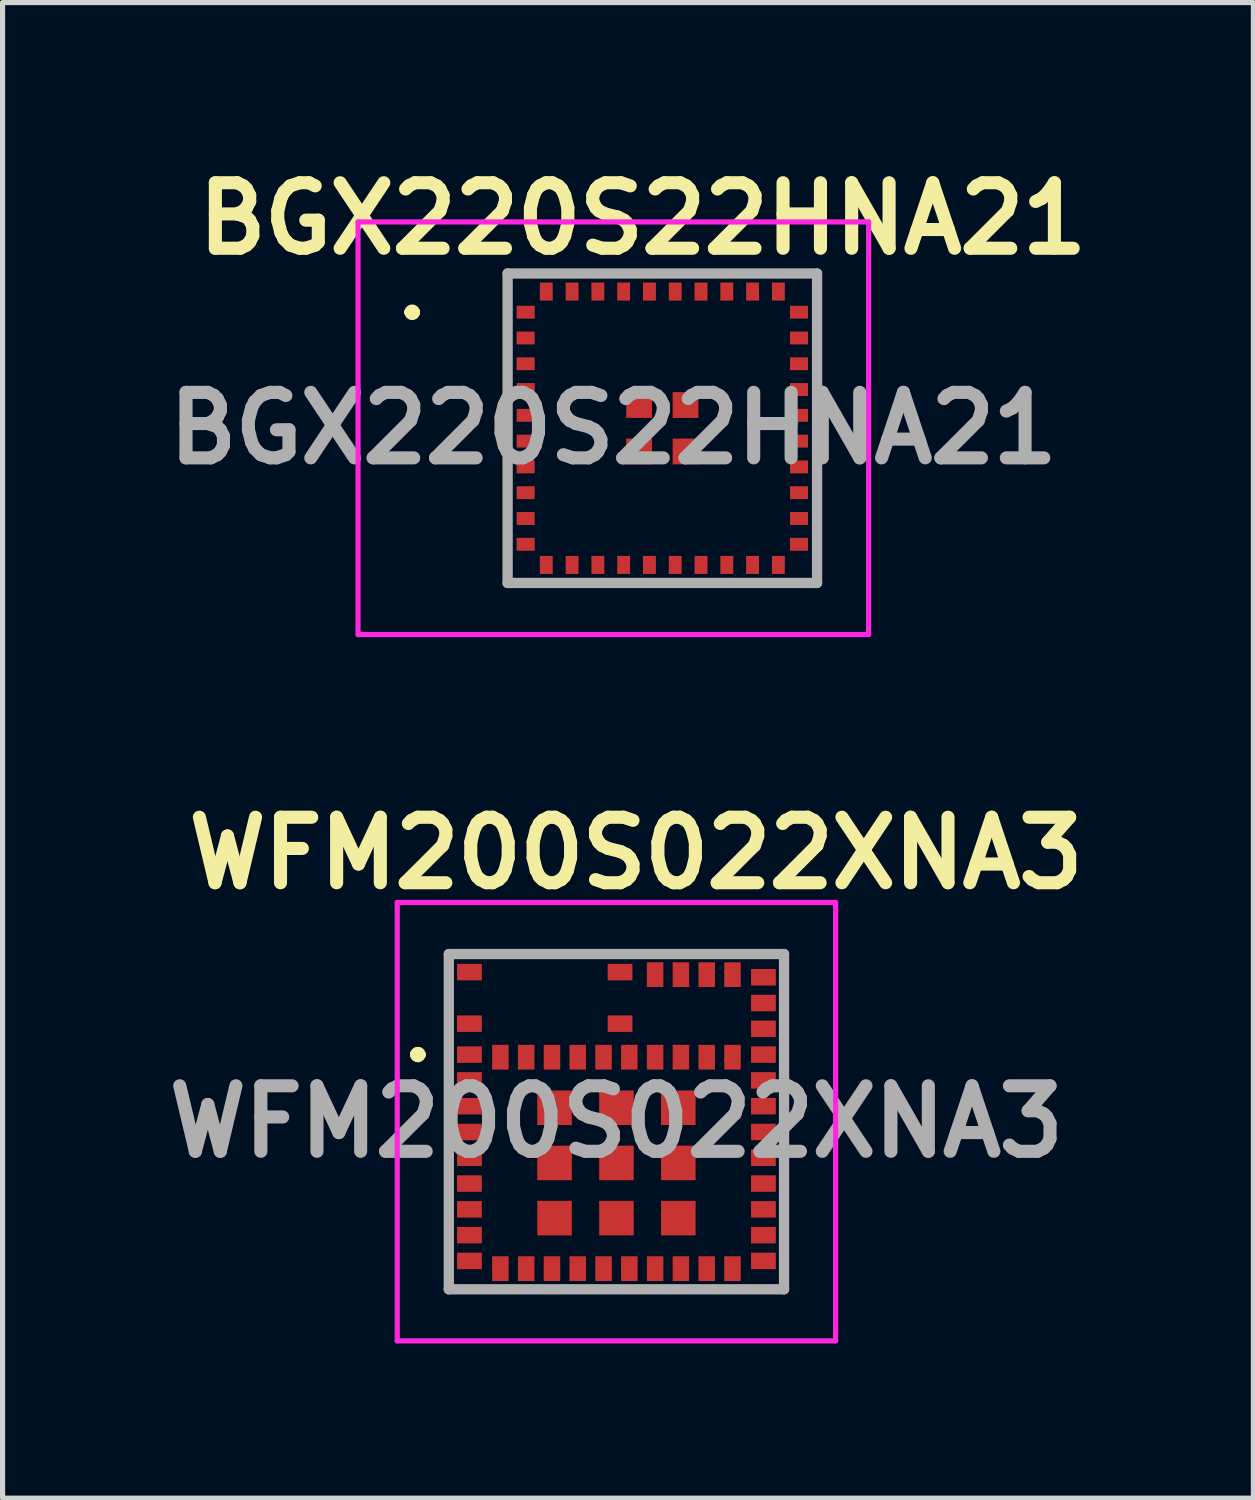
<source format=kicad_pcb>
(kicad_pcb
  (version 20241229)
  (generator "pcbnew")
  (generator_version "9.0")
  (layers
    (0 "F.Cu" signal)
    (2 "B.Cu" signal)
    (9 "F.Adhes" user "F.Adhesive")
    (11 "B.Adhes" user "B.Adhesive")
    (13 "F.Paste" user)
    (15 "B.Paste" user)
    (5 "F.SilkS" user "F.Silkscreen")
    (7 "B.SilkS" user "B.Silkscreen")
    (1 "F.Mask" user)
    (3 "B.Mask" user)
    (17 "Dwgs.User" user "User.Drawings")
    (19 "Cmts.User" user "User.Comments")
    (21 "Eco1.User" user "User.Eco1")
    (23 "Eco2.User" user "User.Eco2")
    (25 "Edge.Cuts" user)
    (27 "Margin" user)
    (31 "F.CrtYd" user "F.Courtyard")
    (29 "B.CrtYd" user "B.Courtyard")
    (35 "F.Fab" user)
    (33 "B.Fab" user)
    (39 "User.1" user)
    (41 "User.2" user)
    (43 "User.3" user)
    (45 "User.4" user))
  (footprint "BGX220S22HNA21"
    (layer "F.Cu")
    (at 9.792 5.253)
    (property "Reference" "BGX220S22HNA21" (at -0.381 -4.064 0) (layer "F.SilkS") (effects (font (size 1.27 1.27) (thickness 0.254))))
    (attr smd)
    (fp_line (start -4.9 -2.25) (end -4.9 -2.25) (stroke (width 0.2) (type solid)) (layer "F.SilkS"))
    (fp_line (start -4.9 -2.25) (end -4.9 -2.25) (stroke (width 0.2) (type solid)) (layer "F.SilkS"))
    (fp_line (start -4.8 -2.25) (end -4.8 -2.25) (stroke (width 0.2) (type solid)) (layer "F.SilkS"))
    (fp_arc (start -4.9 -2.25) (mid -4.85 -2.3) (end -4.8 -2.25) (stroke (width 0.2) (type solid)) (layer "F.SilkS"))
    (fp_arc (start -4.8 -2.25) (mid -4.85 -2.2) (end -4.9 -2.25) (stroke (width 0.2) (type solid)) (layer "F.SilkS"))
    (fp_arc (start -4.8 -2.25) (mid -4.85 -2.2) (end -4.9 -2.25) (stroke (width 0.2) (type solid)) (layer "F.SilkS"))
    (fp_line (start -5.9 -4) (end 4 -4) (stroke (width 0.1) (type solid)) (layer "F.CrtYd"))
    (fp_line (start -5.9 4) (end -5.9 -4) (stroke (width 0.1) (type solid)) (layer "F.CrtYd"))
    (fp_line (start 4 -4) (end 4 4) (stroke (width 0.1) (type solid)) (layer "F.CrtYd"))
    (fp_line (start 4 4) (end -5.9 4) (stroke (width 0.1) (type solid)) (layer "F.CrtYd"))
    (fp_line (start -3 -3) (end -3 3) (stroke (width 0.2) (type solid)) (layer "F.Fab"))
    (fp_line (start -3 3) (end 3 3) (stroke (width 0.2) (type solid)) (layer "F.Fab"))
    (fp_line (start 3 -3) (end -3 -3) (stroke (width 0.2) (type solid)) (layer "F.Fab"))
    (fp_line (start 3 3) (end 3 -3) (stroke (width 0.2) (type solid)) (layer "F.Fab"))
    (fp_text user "${REFERENCE}" (at -0.95 0 0) (layer "F.Fab") (effects (font (size 1.27 1.27) (thickness 0.254))))
    (pad "1" smd rect (at -2.65 -2.25 90) (size 0.25 0.35) (layers "F.Cu" "F.Mask" "F.Paste"))
    (pad "2" smd rect (at -2.65 -1.75 90) (size 0.25 0.35) (layers "F.Cu" "F.Mask" "F.Paste"))
    (pad "3" smd rect (at -2.65 -1.25 90) (size 0.25 0.35) (layers "F.Cu" "F.Mask" "F.Paste"))
    (pad "4" smd rect (at -2.65 -0.75 90) (size 0.25 0.35) (layers "F.Cu" "F.Mask" "F.Paste"))
    (pad "5" smd rect (at -2.65 -0.25 90) (size 0.25 0.35) (layers "F.Cu" "F.Mask" "F.Paste"))
    (pad "6" smd rect (at -2.65 0.25 90) (size 0.25 0.35) (layers "F.Cu" "F.Mask" "F.Paste"))
    (pad "7" smd rect (at -2.65 0.75 90) (size 0.25 0.35) (layers "F.Cu" "F.Mask" "F.Paste"))
    (pad "8" smd rect (at -2.65 1.25 90) (size 0.25 0.35) (layers "F.Cu" "F.Mask" "F.Paste"))
    (pad "9" smd rect (at -2.65 1.75 90) (size 0.25 0.35) (layers "F.Cu" "F.Mask" "F.Paste"))
    (pad "10" smd rect (at -2.65 2.25 90) (size 0.25 0.35) (layers "F.Cu" "F.Mask" "F.Paste"))
    (pad "11" smd rect (at -2.25 2.65) (size 0.25 0.35) (layers "F.Cu" "F.Mask" "F.Paste"))
    (pad "12" smd rect (at -1.75 2.65) (size 0.25 0.35) (layers "F.Cu" "F.Mask" "F.Paste"))
    (pad "13" smd rect (at -1.25 2.65) (size 0.25 0.35) (layers "F.Cu" "F.Mask" "F.Paste"))
    (pad "14" smd rect (at -0.75 2.65) (size 0.25 0.35) (layers "F.Cu" "F.Mask" "F.Paste"))
    (pad "15" smd rect (at -0.25 2.65) (size 0.25 0.35) (layers "F.Cu" "F.Mask" "F.Paste"))
    (pad "16" smd rect (at 0.25 2.65) (size 0.25 0.35) (layers "F.Cu" "F.Mask" "F.Paste"))
    (pad "17" smd rect (at 0.75 2.65) (size 0.25 0.35) (layers "F.Cu" "F.Mask" "F.Paste"))
    (pad "18" smd rect (at 1.25 2.65) (size 0.25 0.35) (layers "F.Cu" "F.Mask" "F.Paste"))
    (pad "19" smd rect (at 1.75 2.65) (size 0.25 0.35) (layers "F.Cu" "F.Mask" "F.Paste"))
    (pad "20" smd rect (at 2.25 2.65) (size 0.25 0.35) (layers "F.Cu" "F.Mask" "F.Paste"))
    (pad "21" smd rect (at 2.65 2.25 90) (size 0.25 0.35) (layers "F.Cu" "F.Mask" "F.Paste"))
    (pad "22" smd rect (at 2.65 1.75 90) (size 0.25 0.35) (layers "F.Cu" "F.Mask" "F.Paste"))
    (pad "23" smd rect (at 2.65 1.25 90) (size 0.25 0.35) (layers "F.Cu" "F.Mask" "F.Paste"))
    (pad "24" smd rect (at 2.65 0.75 90) (size 0.25 0.35) (layers "F.Cu" "F.Mask" "F.Paste"))
    (pad "25" smd rect (at 2.65 0.25 90) (size 0.25 0.35) (layers "F.Cu" "F.Mask" "F.Paste"))
    (pad "26" smd rect (at 2.65 -0.25 90) (size 0.25 0.35) (layers "F.Cu" "F.Mask" "F.Paste"))
    (pad "27" smd rect (at 2.65 -0.75 90) (size 0.25 0.35) (layers "F.Cu" "F.Mask" "F.Paste"))
    (pad "28" smd rect (at 2.65 -1.25 90) (size 0.25 0.35) (layers "F.Cu" "F.Mask" "F.Paste"))
    (pad "29" smd rect (at 2.65 -1.75 90) (size 0.25 0.35) (layers "F.Cu" "F.Mask" "F.Paste"))
    (pad "30" smd rect (at 2.65 -2.25 90) (size 0.25 0.35) (layers "F.Cu" "F.Mask" "F.Paste"))
    (pad "31" smd rect (at 2.25 -2.65) (size 0.25 0.35) (layers "F.Cu" "F.Mask" "F.Paste"))
    (pad "32" smd rect (at 1.75 -2.65) (size 0.25 0.35) (layers "F.Cu" "F.Mask" "F.Paste"))
    (pad "33" smd rect (at 1.25 -2.65) (size 0.25 0.35) (layers "F.Cu" "F.Mask" "F.Paste"))
    (pad "34" smd rect (at 0.75 -2.65) (size 0.25 0.35) (layers "F.Cu" "F.Mask" "F.Paste"))
    (pad "35" smd rect (at 0.25 -2.65) (size 0.25 0.35) (layers "F.Cu" "F.Mask" "F.Paste"))
    (pad "36" smd rect (at -0.25 -2.65) (size 0.25 0.35) (layers "F.Cu" "F.Mask" "F.Paste"))
    (pad "37" smd rect (at -0.75 -2.65) (size 0.25 0.35) (layers "F.Cu" "F.Mask" "F.Paste"))
    (pad "38" smd rect (at -1.25 -2.65) (size 0.25 0.35) (layers "F.Cu" "F.Mask" "F.Paste"))
    (pad "39" smd rect (at -1.75 -2.65) (size 0.25 0.35) (layers "F.Cu" "F.Mask" "F.Paste"))
    (pad "40" smd rect (at -2.25 -2.65) (size 0.25 0.35) (layers "F.Cu" "F.Mask" "F.Paste"))
    (pad "41" smd rect (at -0.45 -0.45) (size 0.5 0.5) (layers "F.Cu" "F.Mask" "F.Paste"))
    (pad "42" smd rect (at -0.45 0.45) (size 0.5 0.5) (layers "F.Cu" "F.Mask" "F.Paste"))
    (pad "43" smd rect (at 0.45 0.45) (size 0.5 0.5) (layers "F.Cu" "F.Mask" "F.Paste"))
    (pad "44" smd rect (at 0.45 -0.45) (size 0.5 0.5) (layers "F.Cu" "F.Mask" "F.Paste")))
  (footprint "WFM200S022XNA3"
    (layer "F.Cu")
    (at 8.902 18.698)
    (property "Reference" "WFM200S022XNA3" (at 0.381 -5.207 0) (layer "F.SilkS") (effects (font (size 1.27 1.27) (thickness 0.254))))
    (attr smd)
    (fp_line (start -3.9 -1.3) (end -3.9 -1.3) (stroke (width 0.2) (type solid)) (layer "F.SilkS"))
    (fp_line (start -3.8 -1.3) (end -3.8 -1.3) (stroke (width 0.2) (type solid)) (layer "F.SilkS"))
    (fp_line (start -3.8 -1.3) (end -3.8 -1.3) (stroke (width 0.2) (type solid)) (layer "F.SilkS"))
    (fp_line (start -2 -3.25) (end -2 -3.25) (stroke (width 0.1) (type solid)) (layer "F.SilkS"))
    (fp_line (start -2 -3.25) (end -0.75 -3.25) (stroke (width 0.1) (type solid)) (layer "F.SilkS"))
    (fp_line (start -0.75 -3.25) (end -2 -3.25) (stroke (width 0.1) (type solid)) (layer "F.SilkS"))
    (fp_line (start -0.75 -3.25) (end -0.75 -3.25) (stroke (width 0.1) (type solid)) (layer "F.SilkS"))
    (fp_arc (start -3.9 -1.3) (mid -3.85 -1.35) (end -3.8 -1.3) (stroke (width 0.2) (type solid)) (layer "F.SilkS"))
    (fp_arc (start -3.9 -1.3) (mid -3.85 -1.35) (end -3.8 -1.3) (stroke (width 0.2) (type solid)) (layer "F.SilkS"))
    (fp_arc (start -3.8 -1.3) (mid -3.85 -1.25) (end -3.9 -1.3) (stroke (width 0.2) (type solid)) (layer "F.SilkS"))
    (fp_line (start -4.25 -4.25) (end -4.25 4.25) (stroke (width 0.1) (type solid)) (layer "F.CrtYd"))
    (fp_line (start -4.25 4.25) (end 4.25 4.25) (stroke (width 0.1) (type solid)) (layer "F.CrtYd"))
    (fp_line (start 4.25 -4.25) (end -4.25 -4.25) (stroke (width 0.1) (type solid)) (layer "F.CrtYd"))
    (fp_line (start 4.25 4.25) (end 4.25 -4.25) (stroke (width 0.1) (type solid)) (layer "F.CrtYd"))
    (fp_line (start -3.25 -3.25) (end 3.25 -3.25) (stroke (width 0.2) (type solid)) (layer "F.Fab"))
    (fp_line (start -3.25 3.25) (end -3.25 -3.25) (stroke (width 0.2) (type solid)) (layer "F.Fab"))
    (fp_line (start 3.25 -3.25) (end 3.25 3.25) (stroke (width 0.2) (type solid)) (layer "F.Fab"))
    (fp_line (start 3.25 3.25) (end -3.25 3.25) (stroke (width 0.2) (type solid)) (layer "F.Fab"))
    (fp_text user "${REFERENCE}" (at 0 0 0) (layer "F.Fab") (effects (font (size 1.27 1.27) (thickness 0.254))))
    (pad "1" smd rect (at -2.85 -1.3 90) (size 0.32 0.48) (layers "F.Cu" "F.Mask" "F.Paste"))
    (pad "2" smd rect (at -2.85 -0.8 90) (size 0.32 0.48) (layers "F.Cu" "F.Mask" "F.Paste"))
    (pad "3" smd rect (at -2.85 -0.3 90) (size 0.32 0.48) (layers "F.Cu" "F.Mask" "F.Paste"))
    (pad "4" smd rect (at -2.85 0.2 90) (size 0.32 0.48) (layers "F.Cu" "F.Mask" "F.Paste"))
    (pad "5" smd rect (at -2.85 0.7 90) (size 0.32 0.48) (layers "F.Cu" "F.Mask" "F.Paste"))
    (pad "6" smd rect (at -2.85 1.2 90) (size 0.32 0.48) (layers "F.Cu" "F.Mask" "F.Paste"))
    (pad "7" smd rect (at -2.85 1.7 90) (size 0.32 0.48) (layers "F.Cu" "F.Mask" "F.Paste"))
    (pad "8" smd rect (at -2.85 2.2 90) (size 0.32 0.48) (layers "F.Cu" "F.Mask" "F.Paste"))
    (pad "9" smd rect (at -2.85 2.7 90) (size 0.32 0.48) (layers "F.Cu" "F.Mask" "F.Paste"))
    (pad "10" smd rect (at -2.25 2.85) (size 0.32 0.48) (layers "F.Cu" "F.Mask" "F.Paste"))
    (pad "11" smd rect (at -1.75 2.85) (size 0.32 0.48) (layers "F.Cu" "F.Mask" "F.Paste"))
    (pad "12" smd rect (at -1.25 2.85) (size 0.32 0.48) (layers "F.Cu" "F.Mask" "F.Paste"))
    (pad "13" smd rect (at -0.75 2.85) (size 0.32 0.48) (layers "F.Cu" "F.Mask" "F.Paste"))
    (pad "14" smd rect (at -0.25 2.85) (size 0.32 0.48) (layers "F.Cu" "F.Mask" "F.Paste"))
    (pad "15" smd rect (at 0.25 2.85) (size 0.32 0.48) (layers "F.Cu" "F.Mask" "F.Paste"))
    (pad "16" smd rect (at 0.75 2.85) (size 0.32 0.48) (layers "F.Cu" "F.Mask" "F.Paste"))
    (pad "17" smd rect (at 1.25 2.85) (size 0.32 0.48) (layers "F.Cu" "F.Mask" "F.Paste"))
    (pad "18" smd rect (at 1.75 2.85) (size 0.32 0.48) (layers "F.Cu" "F.Mask" "F.Paste"))
    (pad "19" smd rect (at 2.25 2.85) (size 0.32 0.48) (layers "F.Cu" "F.Mask" "F.Paste"))
    (pad "20" smd rect (at 2.85 2.7 90) (size 0.32 0.48) (layers "F.Cu" "F.Mask" "F.Paste"))
    (pad "21" smd rect (at 2.85 2.2 90) (size 0.32 0.48) (layers "F.Cu" "F.Mask" "F.Paste"))
    (pad "22" smd rect (at 2.85 1.7 90) (size 0.32 0.48) (layers "F.Cu" "F.Mask" "F.Paste"))
    (pad "23" smd rect (at 2.85 1.2 90) (size 0.32 0.48) (layers "F.Cu" "F.Mask" "F.Paste"))
    (pad "24" smd rect (at 2.85 0.7 90) (size 0.32 0.48) (layers "F.Cu" "F.Mask" "F.Paste"))
    (pad "25" smd rect (at 2.85 0.2 90) (size 0.32 0.48) (layers "F.Cu" "F.Mask" "F.Paste"))
    (pad "26" smd rect (at 2.85 -0.3 90) (size 0.32 0.48) (layers "F.Cu" "F.Mask" "F.Paste"))
    (pad "27" smd rect (at 2.85 -0.8 90) (size 0.32 0.48) (layers "F.Cu" "F.Mask" "F.Paste"))
    (pad "28" smd rect (at 2.85 -1.3 90) (size 0.32 0.48) (layers "F.Cu" "F.Mask" "F.Paste"))
    (pad "29" smd rect (at 2.85 -1.8 90) (size 0.32 0.48) (layers "F.Cu" "F.Mask" "F.Paste"))
    (pad "30" smd rect (at 2.85 -2.3 90) (size 0.32 0.48) (layers "F.Cu" "F.Mask" "F.Paste"))
    (pad "31" smd rect (at 2.85 -2.8 90) (size 0.32 0.48) (layers "F.Cu" "F.Mask" "F.Paste"))
    (pad "32" smd rect (at 2.25 -2.85) (size 0.32 0.48) (layers "F.Cu" "F.Mask" "F.Paste"))
    (pad "33" smd rect (at 1.75 -2.85) (size 0.32 0.48) (layers "F.Cu" "F.Mask" "F.Paste"))
    (pad "34" smd rect (at 1.25 -2.85) (size 0.32 0.48) (layers "F.Cu" "F.Mask" "F.Paste"))
    (pad "35" smd rect (at 0.75 -2.85) (size 0.32 0.48) (layers "F.Cu" "F.Mask" "F.Paste"))
    (pad "36" smd rect (at 2.25 -1.25) (size 0.32 0.48) (layers "F.Cu" "F.Mask" "F.Paste"))
    (pad "37" smd rect (at 1.75 -1.25) (size 0.32 0.48) (layers "F.Cu" "F.Mask" "F.Paste"))
    (pad "38" smd rect (at 1.25 -1.25) (size 0.32 0.48) (layers "F.Cu" "F.Mask" "F.Paste"))
    (pad "39" smd rect (at 0.75 -1.25) (size 0.32 0.48) (layers "F.Cu" "F.Mask" "F.Paste"))
    (pad "40" smd rect (at 0.25 -1.25) (size 0.32 0.48) (layers "F.Cu" "F.Mask" "F.Paste"))
    (pad "41" smd rect (at -0.25 -1.25) (size 0.32 0.48) (layers "F.Cu" "F.Mask" "F.Paste"))
    (pad "42" smd rect (at -0.75 -1.25) (size 0.32 0.48) (layers "F.Cu" "F.Mask" "F.Paste"))
    (pad "43" smd rect (at -1.25 -1.25) (size 0.32 0.48) (layers "F.Cu" "F.Mask" "F.Paste"))
    (pad "44" smd rect (at -1.75 -1.25) (size 0.32 0.48) (layers "F.Cu" "F.Mask" "F.Paste"))
    (pad "45" smd rect (at -2.25 -1.25) (size 0.32 0.48) (layers "F.Cu" "F.Mask" "F.Paste"))
    (pad "46" smd rect (at 0.07 -2.9 90) (size 0.32 0.48) (layers "F.Cu" "F.Mask" "F.Paste"))
    (pad "47" smd rect (at -2.85 -2.9 90) (size 0.32 0.48) (layers "F.Cu" "F.Mask" "F.Paste"))
    (pad "48" smd rect (at 0.07 -1.9 90) (size 0.32 0.48) (layers "F.Cu" "F.Mask" "F.Paste"))
    (pad "49" smd rect (at -2.85 -1.9 90) (size 0.32 0.48) (layers "F.Cu" "F.Mask" "F.Paste"))
    (pad "50" smd rect (at 1.2 -0.27 90) (size 0.67 0.67) (layers "F.Cu" "F.Mask" "F.Paste"))
    (pad "51" smd rect (at 0 -0.27 90) (size 0.67 0.67) (layers "F.Cu" "F.Mask" "F.Paste"))
    (pad "52" smd rect (at -1.2 -0.27 90) (size 0.67 0.67) (layers "F.Cu" "F.Mask" "F.Paste"))
    (pad "53" smd rect (at 1.2 0.8 90) (size 0.67 0.67) (layers "F.Cu" "F.Mask" "F.Paste"))
    (pad "54" smd rect (at 0 0.8 90) (size 0.67 0.67) (layers "F.Cu" "F.Mask" "F.Paste"))
    (pad "55" smd rect (at -1.2 0.8 90) (size 0.67 0.67) (layers "F.Cu" "F.Mask" "F.Paste"))
    (pad "56" smd rect (at 1.2 1.87 90) (size 0.67 0.67) (layers "F.Cu" "F.Mask" "F.Paste"))
    (pad "57" smd rect (at 0 1.87 90) (size 0.67 0.67) (layers "F.Cu" "F.Mask" "F.Paste"))
    (pad "58" smd rect (at -1.2 1.87 90) (size 0.67 0.67) (layers "F.Cu" "F.Mask" "F.Paste")))
  (gr_rect
    (start -3 -3)
    (end 21.252 25.998)
    (stroke (width 0.1) (type default))
    (fill no)
    (layer "Edge.Cuts")))
</source>
